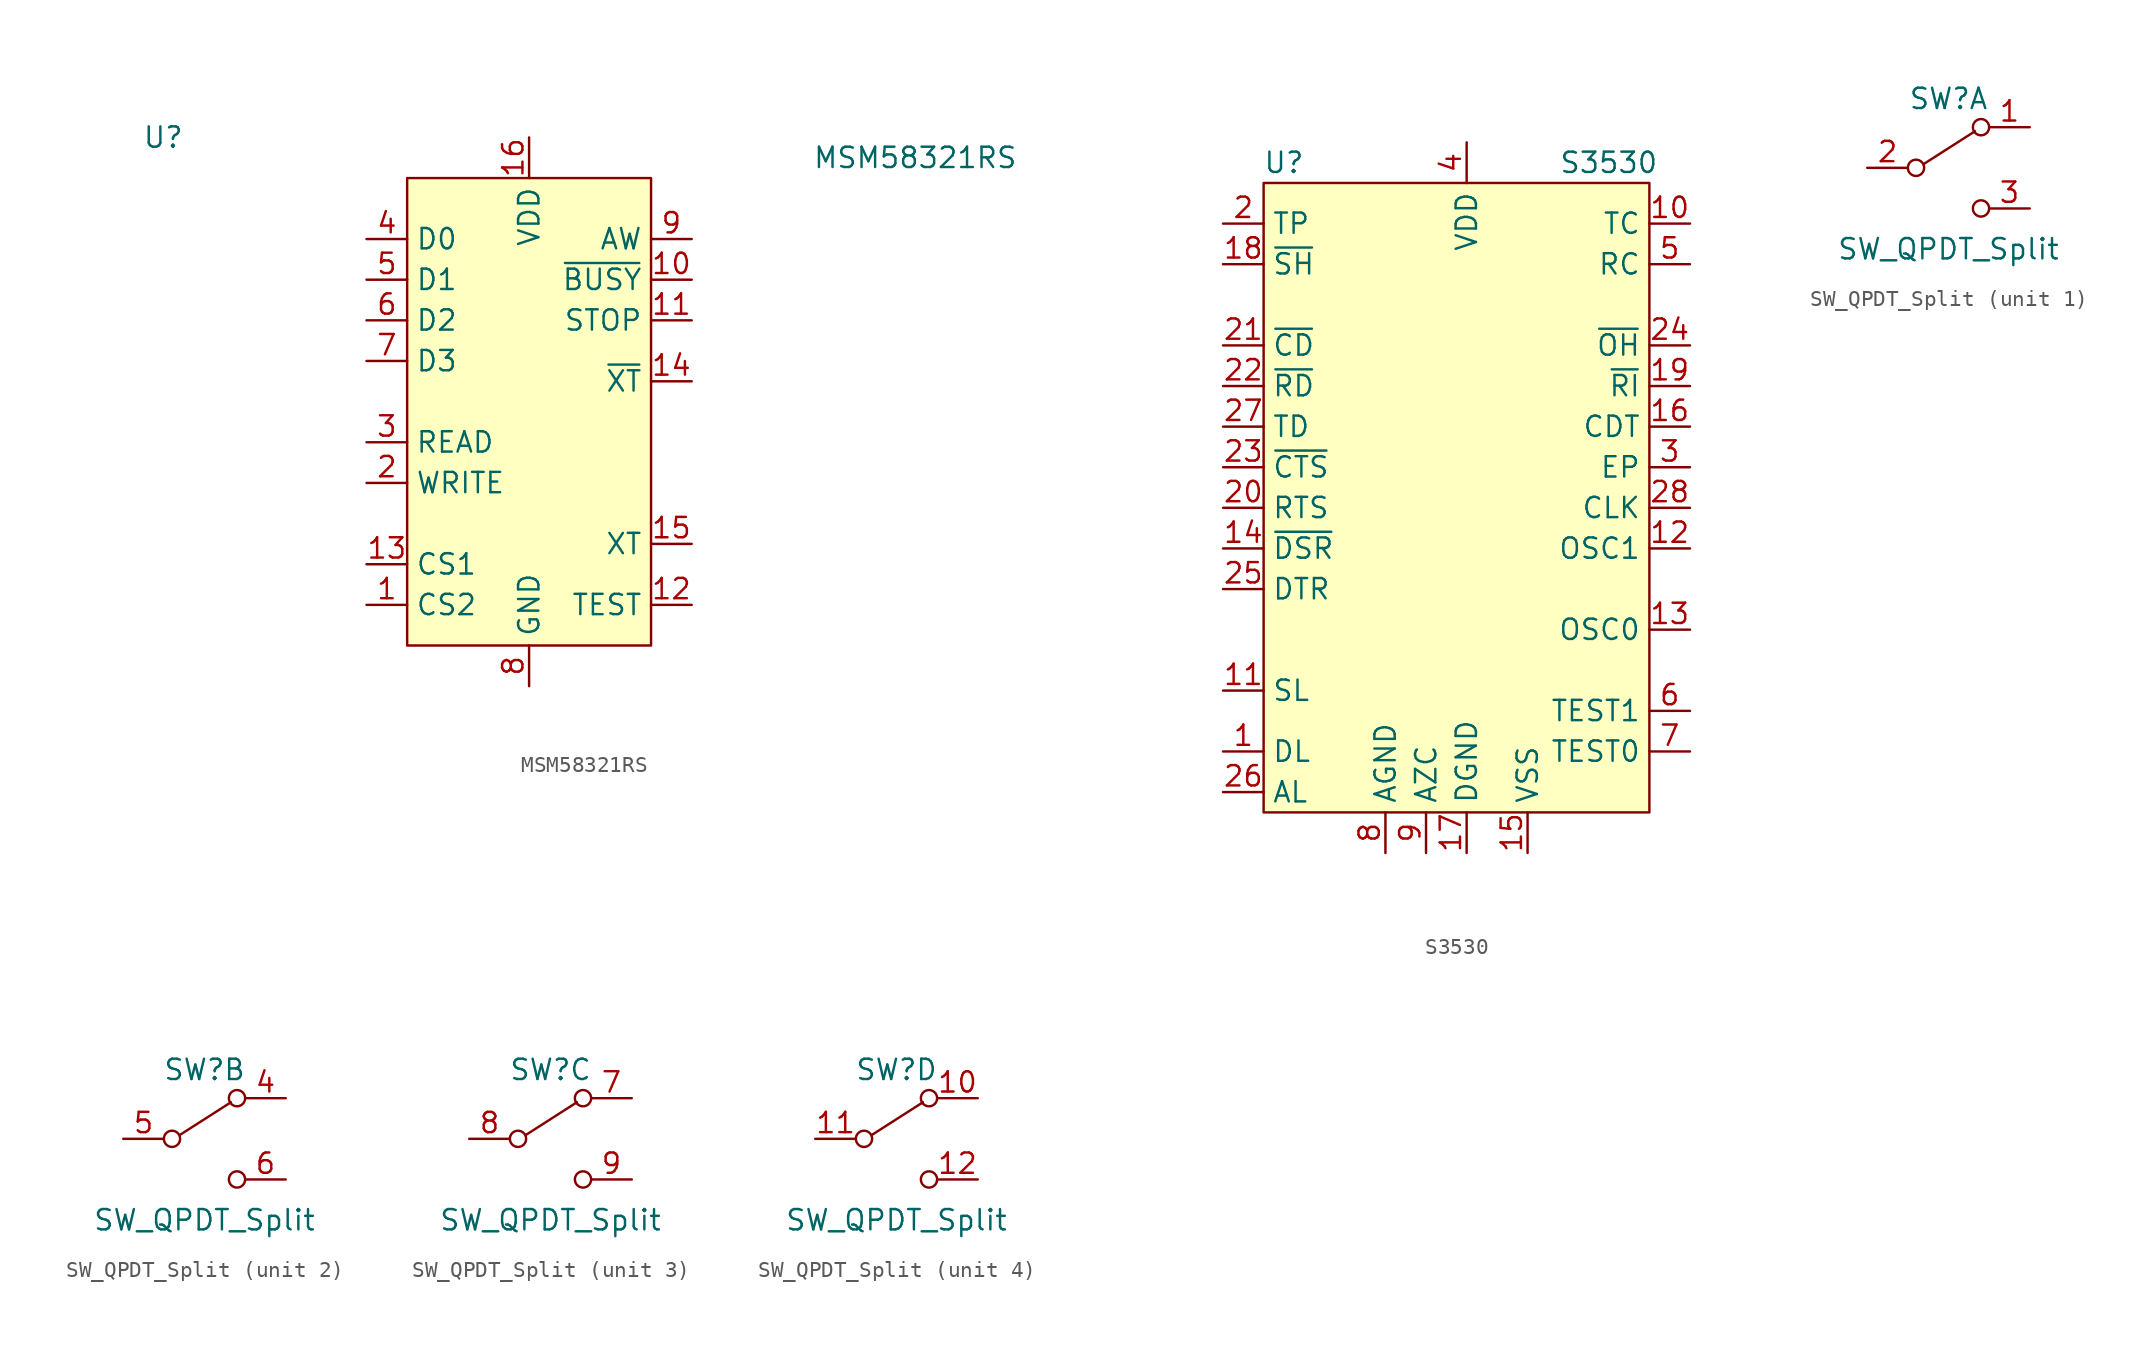
<source format=kicad_sym>
(kicad_symbol_lib
  (version 20211014)
  (generator kicad_symbol_editor)
  (symbol "MSM58321RS"
    (property "Reference" "U"
      (at -22.86 15.24 0)
      (effects (font (size 1.27 1.27))))
    (property "Value" "MSM58321RS"
      (at 24.13 13.97 0)
      (effects (font (size 1.27 1.27))))
    (symbol "MSM58321RS_0_0"
      (pin input line (at -10.16 -13.97 0) (length 2.54) (name "CS2" (effects (font (size 1.27 1.27)))) (number "1" (effects (font (size 1.27 1.27)))))
      (pin output line (at 10.16 6.35 180) (length 2.54) (name "~{BUSY}" (effects (font (size 1.27 1.27)))) (number "10" (effects (font (size 1.27 1.27)))))
      (pin input line (at 10.16 3.81 180) (length 2.54) (name "STOP" (effects (font (size 1.27 1.27)))) (number "11" (effects (font (size 1.27 1.27)))))
      (pin input line (at 10.16 -13.97 180) (length 2.54) (name "TEST" (effects (font (size 1.27 1.27)))) (number "12" (effects (font (size 1.27 1.27)))))
      (pin input line (at -10.16 -11.43 0) (length 2.54) (name "CS1" (effects (font (size 1.27 1.27)))) (number "13" (effects (font (size 1.27 1.27)))))
      (pin bidirectional line (at 10.16 0 180) (length 2.54) (name "~{XT}" (effects (font (size 1.27 1.27)))) (number "14" (effects (font (size 1.27 1.27)))))
      (pin bidirectional line (at 10.16 -10.16 180) (length 2.54) (name "XT" (effects (font (size 1.27 1.27)))) (number "15" (effects (font (size 1.27 1.27)))))
      (pin power_in line (at 0 15.24 270) (length 2.54) (name "VDD" (effects (font (size 1.27 1.27)))) (number "16" (effects (font (size 1.27 1.27)))))
      (pin input line (at -10.16 -6.35 0) (length 2.54) (name "WRITE" (effects (font (size 1.27 1.27)))) (number "2" (effects (font (size 1.27 1.27)))))
      (pin input line (at -10.16 -3.81 0) (length 2.54) (name "READ" (effects (font (size 1.27 1.27)))) (number "3" (effects (font (size 1.27 1.27)))))
      (pin bidirectional line (at -10.16 8.89 0) (length 2.54) (name "D0" (effects (font (size 1.27 1.27)))) (number "4" (effects (font (size 1.27 1.27)))))
      (pin bidirectional line (at -10.16 6.35 0) (length 2.54) (name "D1" (effects (font (size 1.27 1.27)))) (number "5" (effects (font (size 1.27 1.27)))))
      (pin bidirectional line (at -10.16 3.81 0) (length 2.54) (name "D2" (effects (font (size 1.27 1.27)))) (number "6" (effects (font (size 1.27 1.27)))))
      (pin bidirectional line (at -10.16 1.27 0) (length 2.54) (name "D3" (effects (font (size 1.27 1.27)))) (number "7" (effects (font (size 1.27 1.27)))))
      (pin power_in line (at 0 -19.05 90) (length 2.54) (name "GND" (effects (font (size 1.27 1.27)))) (number "8" (effects (font (size 1.27 1.27)))))
      (pin input line (at 10.16 8.89 180) (length 2.54) (name "AW" (effects (font (size 1.27 1.27)))) (number "9" (effects (font (size 1.27 1.27))))))
    (symbol "MSM58321RS_0_1"
      (rectangle (start -7.62 12.7) (end 7.62 -16.51) (stroke (width 0) (type default) (color 0 0 0 0)) (fill (type background)))))
  (symbol "S3530"
    (property "Reference" "U"
      (at -11.43 19.05 0)
      (effects (font (size 1.27 1.27))))
    (property "Value" "S3530"
      (at 8.89 19.05 0)
      (effects (font (size 1.27 1.27))))
    (symbol "S3530_0_0"
      (pin input line (at -15.24 12.7 0) (length 2.54) (name "~{SH}" (effects (font (size 1.27 1.27)))) (number "18" (effects (font (size 1.27 1.27)))))
      (pin input line (at 13.97 5.08 180) (length 2.54) (name "~{RI}" (effects (font (size 1.27 1.27)))) (number "19" (effects (font (size 1.27 1.27)))))
      (pin input line (at -15.24 -2.54 0) (length 2.54) (name "RTS" (effects (font (size 1.27 1.27)))) (number "20" (effects (font (size 1.27 1.27)))))
      (pin output line (at -15.24 7.62 0) (length 2.54) (name "~{CD}" (effects (font (size 1.27 1.27)))) (number "21" (effects (font (size 1.27 1.27)))))
      (pin output line (at -15.24 5.08 0) (length 2.54) (name "~{RD}" (effects (font (size 1.27 1.27)))) (number "22" (effects (font (size 1.27 1.27)))))
      (pin output line (at -15.24 0 0) (length 2.54) (name "~{CTS}" (effects (font (size 1.27 1.27)))) (number "23" (effects (font (size 1.27 1.27)))))
      (pin output line (at 13.97 7.62 180) (length 2.54) (name "~{OH}" (effects (font (size 1.27 1.27)))) (number "24" (effects (font (size 1.27 1.27)))))
      (pin input line (at -15.24 -7.62 0) (length 2.54) (name "DTR" (effects (font (size 1.27 1.27)))) (number "25" (effects (font (size 1.27 1.27)))))
      (pin input line (at -15.24 -20.32 0) (length 2.54) (name "AL" (effects (font (size 1.27 1.27)))) (number "26" (effects (font (size 1.27 1.27)))))
      (pin input line (at -15.24 2.54 0) (length 2.54) (name "TD" (effects (font (size 1.27 1.27)))) (number "27" (effects (font (size 1.27 1.27)))))
      (pin output line (at 13.97 -2.54 180) (length 2.54) (name "CLK" (effects (font (size 1.27 1.27)))) (number "28" (effects (font (size 1.27 1.27))))))
    (symbol "S3530_0_1"
      (rectangle (start -12.7 17.78) (end 11.43 -21.59) (stroke (width 0) (type default) (color 0 0 0 0)) (fill (type background))))
    (symbol "S3530_1_1"
      (pin input line (at -15.24 -17.78 0) (length 2.54) (name "DL" (effects (font (size 1.27 1.27)))) (number "1" (effects (font (size 1.27 1.27)))))
      (pin output line (at 13.97 15.24 180) (length 2.54) (name "TC" (effects (font (size 1.27 1.27)))) (number "10" (effects (font (size 1.27 1.27)))))
      (pin input line (at -15.24 -13.97 0) (length 2.54) (name "SL" (effects (font (size 1.27 1.27)))) (number "11" (effects (font (size 1.27 1.27)))))
      (pin passive line (at 13.97 -5.08 180) (length 2.54) (name "OSC1" (effects (font (size 1.27 1.27)))) (number "12" (effects (font (size 1.27 1.27)))))
      (pin passive line (at 13.97 -10.16 180) (length 2.54) (name "OSC0" (effects (font (size 1.27 1.27)))) (number "13" (effects (font (size 1.27 1.27)))))
      (pin output line (at -15.24 -5.08 0) (length 2.54) (name "~{DSR}" (effects (font (size 1.27 1.27)))) (number "14" (effects (font (size 1.27 1.27)))))
      (pin power_in line (at 3.81 -24.13 90) (length 2.54) (name "VSS" (effects (font (size 1.27 1.27)))) (number "15" (effects (font (size 1.27 1.27)))))
      (pin input line (at 13.97 2.54 180) (length 2.54) (name "CDT" (effects (font (size 1.27 1.27)))) (number "16" (effects (font (size 1.27 1.27)))))
      (pin power_in line (at 0 -24.13 90) (length 2.54) (name "DGND" (effects (font (size 1.27 1.27)))) (number "17" (effects (font (size 1.27 1.27)))))
      (pin input line (at -15.24 15.24 0) (length 2.54) (name "TP" (effects (font (size 1.27 1.27)))) (number "2" (effects (font (size 1.27 1.27)))))
      (pin input line (at 13.97 0 180) (length 2.54) (name "EP" (effects (font (size 1.27 1.27)))) (number "3" (effects (font (size 1.27 1.27)))))
      (pin power_in line (at 0 20.32 270) (length 2.54) (name "VDD" (effects (font (size 1.27 1.27)))) (number "4" (effects (font (size 1.27 1.27)))))
      (pin input line (at 13.97 12.7 180) (length 2.54) (name "RC" (effects (font (size 1.27 1.27)))) (number "5" (effects (font (size 1.27 1.27)))))
      (pin input line (at 13.97 -15.24 180) (length 2.54) (name "TEST1" (effects (font (size 1.27 1.27)))) (number "6" (effects (font (size 1.27 1.27)))))
      (pin input line (at 13.97 -17.78 180) (length 2.54) (name "TEST0" (effects (font (size 1.27 1.27)))) (number "7" (effects (font (size 1.27 1.27)))))
      (pin power_in line (at -5.08 -24.13 90) (length 2.54) (name "AGND" (effects (font (size 1.27 1.27)))) (number "8" (effects (font (size 1.27 1.27)))))
      (pin power_in line (at -2.54 -24.13 90) (length 2.54) (name "AZC" (effects (font (size 1.27 1.27)))) (number "9" (effects (font (size 1.27 1.27)))))))
  (symbol "SW_QPDT_Split"
    (pin_names
      (offset 0) hide)
    (property "Reference" "SW"
      (at 0 4.318 0)
      (effects (font (size 1.27 1.27))))
    (property "Value" "SW_QPDT_Split"
      (at 0 -5.08 0)
      (effects (font (size 1.27 1.27))))
    (symbol "SW_QPDT_Split_0_0"
      (circle (center -2.032 0) (radius 0.508) (stroke (width 0) (type default) (color 0 0 0 0)) (fill (type none)))
      (circle (center 2.032 -2.54) (radius 0.508) (stroke (width 0) (type default) (color 0 0 0 0)) (fill (type none))))
    (symbol "SW_QPDT_Split_0_1"
      (polyline (pts (xy -1.524 0.254) (xy 1.651 2.286)) (stroke (width 0) (type default) (color 0 0 0 0)) (fill (type none)))
      (circle (center 2.032 2.54) (radius 0.508) (stroke (width 0) (type default) (color 0 0 0 0)) (fill (type none))))
    (symbol "SW_QPDT_Split_1_1"
      (pin passive line (at 5.08 2.54 180) (length 2.54) (name "A" (effects (font (size 1.27 1.27)))) (number "1" (effects (font (size 1.27 1.27)))))
      (pin passive line (at -5.08 0 0) (length 2.54) (name "B" (effects (font (size 1.27 1.27)))) (number "2" (effects (font (size 1.27 1.27)))))
      (pin passive line (at 5.08 -2.54 180) (length 2.54) (name "C" (effects (font (size 1.27 1.27)))) (number "3" (effects (font (size 1.27 1.27))))))
    (symbol "SW_QPDT_Split_2_1"
      (pin passive line (at 5.08 2.54 180) (length 2.54) (name "A" (effects (font (size 1.27 1.27)))) (number "4" (effects (font (size 1.27 1.27)))))
      (pin passive line (at -5.08 0 0) (length 2.54) (name "B" (effects (font (size 1.27 1.27)))) (number "5" (effects (font (size 1.27 1.27)))))
      (pin passive line (at 5.08 -2.54 180) (length 2.54) (name "C" (effects (font (size 1.27 1.27)))) (number "6" (effects (font (size 1.27 1.27))))))
    (symbol "SW_QPDT_Split_3_1"
      (pin passive line (at 5.08 2.54 180) (length 2.54) (name "A" (effects (font (size 1.27 1.27)))) (number "7" (effects (font (size 1.27 1.27)))))
      (pin passive line (at -5.08 0 0) (length 2.54) (name "B" (effects (font (size 1.27 1.27)))) (number "8" (effects (font (size 1.27 1.27)))))
      (pin passive line (at 5.08 -2.54 180) (length 2.54) (name "C" (effects (font (size 1.27 1.27)))) (number "9" (effects (font (size 1.27 1.27))))))
    (symbol "SW_QPDT_Split_4_1"
      (pin passive line (at 5.08 2.54 180) (length 2.54) (name "A" (effects (font (size 1.27 1.27)))) (number "10" (effects (font (size 1.27 1.27)))))
      (pin passive line (at -5.08 0 0) (length 2.54) (name "B" (effects (font (size 1.27 1.27)))) (number "11" (effects (font (size 1.27 1.27)))))
      (pin passive line (at 5.08 -2.54 180) (length 2.54) (name "C" (effects (font (size 1.27 1.27)))) (number "12" (effects (font (size 1.27 1.27))))))))
</source>
